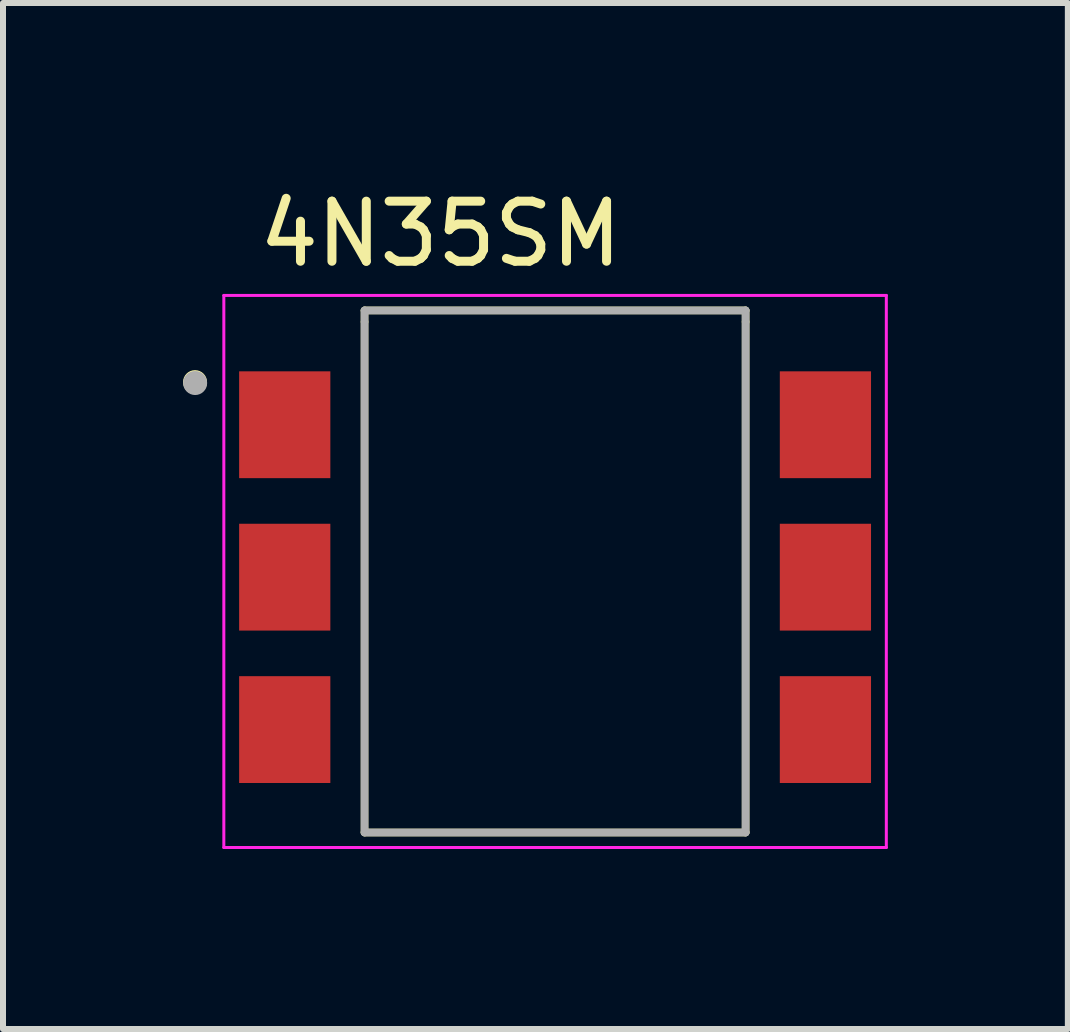
<source format=kicad_pcb>
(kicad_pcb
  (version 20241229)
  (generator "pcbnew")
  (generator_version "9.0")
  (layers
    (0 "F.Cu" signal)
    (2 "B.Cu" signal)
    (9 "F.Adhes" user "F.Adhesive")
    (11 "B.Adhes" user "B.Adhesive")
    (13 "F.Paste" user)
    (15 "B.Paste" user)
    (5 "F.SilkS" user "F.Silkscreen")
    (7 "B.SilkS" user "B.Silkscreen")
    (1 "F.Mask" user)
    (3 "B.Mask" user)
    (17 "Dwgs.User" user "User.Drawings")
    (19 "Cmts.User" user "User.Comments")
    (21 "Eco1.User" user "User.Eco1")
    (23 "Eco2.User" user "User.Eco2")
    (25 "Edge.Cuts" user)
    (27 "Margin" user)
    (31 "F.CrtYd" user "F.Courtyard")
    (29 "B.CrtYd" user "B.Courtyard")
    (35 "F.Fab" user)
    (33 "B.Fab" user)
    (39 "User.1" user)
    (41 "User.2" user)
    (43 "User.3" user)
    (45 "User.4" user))
  (footprint "4N35SM"
    (layer "F.Cu")
    (at 6.2 6.568)
    (property "Reference" "4N35SM" (at -1.907 -5.72 0) (layer "F.SilkS") (effects (font (size 1.001 1.001) (thickness 0.15))))
    (attr through_hole)
    (fp_line (start -3.175 -4.445) (end -3.175 -4.255) (stroke (width 0.127) (type solid)) (layer "F.SilkS"))
    (fp_line (start -3.175 4.255) (end -3.175 -4.255) (stroke (width 0.127) (type solid)) (layer "F.SilkS"))
    (fp_line (start -3.175 4.255) (end 3.175 4.255) (stroke (width 0.127) (type solid)) (layer "F.SilkS"))
    (fp_line (start 3.175 -4.445) (end -3.175 -4.445) (stroke (width 0.127) (type solid)) (layer "F.SilkS"))
    (fp_line (start 3.175 -4.255) (end 3.175 -4.445) (stroke (width 0.127) (type solid)) (layer "F.SilkS"))
    (fp_line (start 3.175 4.255) (end 3.175 -4.255) (stroke (width 0.127) (type solid)) (layer "F.SilkS"))
    (fp_circle (center -6 -3.25) (end -5.9 -3.25) (stroke (width 0.2) (type solid)) (fill no) (layer "F.SilkS"))
    (fp_line (start -5.52 -4.695) (end 5.52 -4.695) (stroke (width 0.05) (type solid)) (layer "F.CrtYd"))
    (fp_line (start -5.52 4.505) (end -5.52 -4.695) (stroke (width 0.05) (type solid)) (layer "F.CrtYd"))
    (fp_line (start 5.52 -4.695) (end 5.52 4.505) (stroke (width 0.05) (type solid)) (layer "F.CrtYd"))
    (fp_line (start 5.52 4.505) (end -5.52 4.505) (stroke (width 0.05) (type solid)) (layer "F.CrtYd"))
    (fp_line (start -3.175 -4.445) (end 3.175 -4.445) (stroke (width 0.127) (type solid)) (layer "F.Fab"))
    (fp_line (start -3.175 4.255) (end -3.175 -4.445) (stroke (width 0.127) (type solid)) (layer "F.Fab"))
    (fp_line (start 3.175 -4.445) (end 3.175 4.255) (stroke (width 0.127) (type solid)) (layer "F.Fab"))
    (fp_line (start 3.175 4.255) (end -3.175 4.255) (stroke (width 0.127) (type solid)) (layer "F.Fab"))
    (fp_circle (center -5.998 -3.235) (end -5.898 -3.235) (stroke (width 0.2) (type solid)) (fill no) (layer "F.Fab"))
    (pad "1" smd rect (at -4.505 -2.54 90) (size 1.78 1.52) (layers "F.Cu" "F.Mask" "F.Paste"))
    (pad "2" smd rect (at -4.505 0 90) (size 1.78 1.52) (layers "F.Cu" "F.Mask" "F.Paste"))
    (pad "3" smd rect (at -4.505 2.54 90) (size 1.78 1.52) (layers "F.Cu" "F.Mask" "F.Paste"))
    (pad "4" smd rect (at 4.505 2.54 90) (size 1.78 1.52) (layers "F.Cu" "F.Mask" "F.Paste"))
    (pad "5" smd rect (at 4.505 0 90) (size 1.78 1.52) (layers "F.Cu" "F.Mask" "F.Paste"))
    (pad "6" smd rect (at 4.505 -2.54 90) (size 1.78 1.52) (layers "F.Cu" "F.Mask" "F.Paste")))
  (gr_rect
    (start -3 -3)
    (end 14.745 14.098)
    (stroke (width 0.1) (type default))
    (fill no)
    (layer "Edge.Cuts")))
</source>
